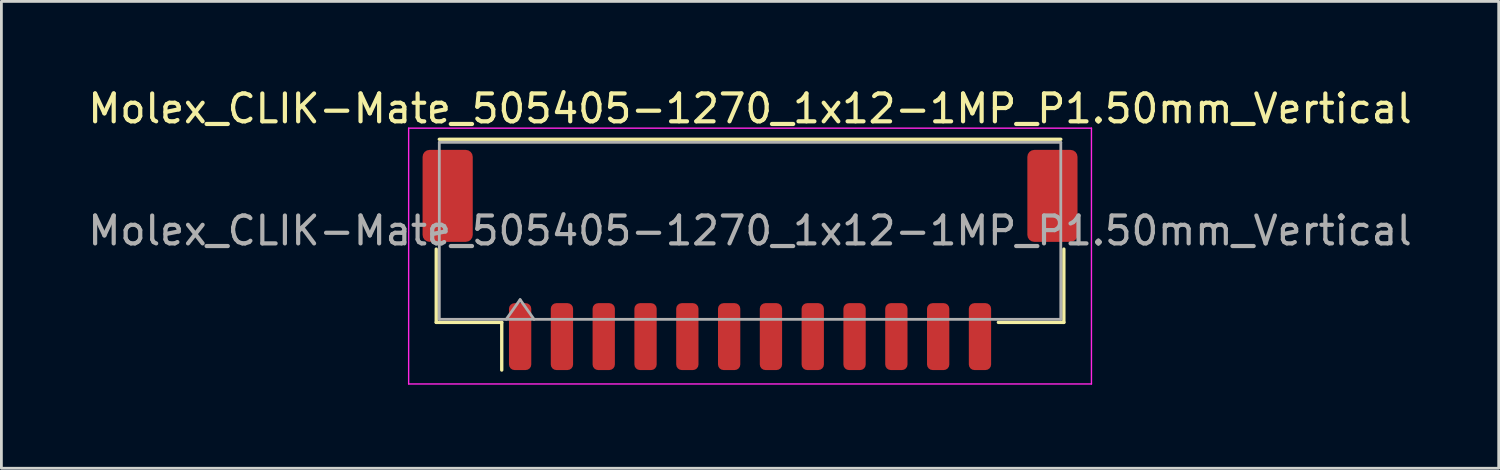
<source format=kicad_pcb>
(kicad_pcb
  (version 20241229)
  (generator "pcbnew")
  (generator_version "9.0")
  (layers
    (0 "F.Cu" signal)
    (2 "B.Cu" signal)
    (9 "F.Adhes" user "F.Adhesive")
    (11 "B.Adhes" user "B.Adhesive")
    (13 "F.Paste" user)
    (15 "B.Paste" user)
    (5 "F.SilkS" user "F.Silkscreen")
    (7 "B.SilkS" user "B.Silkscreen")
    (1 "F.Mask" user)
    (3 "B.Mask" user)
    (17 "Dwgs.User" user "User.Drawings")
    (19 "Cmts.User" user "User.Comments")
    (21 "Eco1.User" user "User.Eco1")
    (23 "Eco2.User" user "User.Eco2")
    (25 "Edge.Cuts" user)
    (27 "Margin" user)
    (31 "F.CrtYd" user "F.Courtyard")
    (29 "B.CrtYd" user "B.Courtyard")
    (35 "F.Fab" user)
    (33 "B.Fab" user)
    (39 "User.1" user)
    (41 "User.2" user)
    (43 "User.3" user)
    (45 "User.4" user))
  (footprint "Molex_CLIK-Mate_505405-1270_1x12-1MP_P1.50mm_Vertical"
    (layer "F.Cu")
    (at 23.863 6.278)
    (property "Reference" "Molex_CLIK-Mate_505405-1270_1x12-1MP_P1.50mm_Vertical" (at 0 -5.43 0) (layer "F.SilkS") (effects (font (size 1 1) (thickness 0.15))))
    (attr smd)
    (fp_line (start -11.26 -0.39) (end -11.26 2.24) (stroke (width 0.12) (type solid)) (layer "F.SilkS"))
    (fp_line (start -11.26 2.24) (end -8.91 2.24) (stroke (width 0.12) (type solid)) (layer "F.SilkS"))
    (fp_line (start -11.15 -4.33) (end 11.15 -4.33) (stroke (width 0.12) (type solid)) (layer "F.SilkS"))
    (fp_line (start -8.91 2.24) (end -8.91 3.95) (stroke (width 0.12) (type solid)) (layer "F.SilkS"))
    (fp_line (start 11.26 -0.39) (end 11.26 2.24) (stroke (width 0.12) (type solid)) (layer "F.SilkS"))
    (fp_line (start 11.26 2.24) (end 8.91 2.24) (stroke (width 0.12) (type solid)) (layer "F.SilkS"))
    (fp_line (start -12.25 -4.73) (end -12.25 4.45) (stroke (width 0.05) (type solid)) (layer "F.CrtYd"))
    (fp_line (start -12.25 4.45) (end 12.25 4.45) (stroke (width 0.05) (type solid)) (layer "F.CrtYd"))
    (fp_line (start 12.25 -4.73) (end -12.25 -4.73) (stroke (width 0.05) (type solid)) (layer "F.CrtYd"))
    (fp_line (start 12.25 4.45) (end 12.25 -4.73) (stroke (width 0.05) (type solid)) (layer "F.CrtYd"))
    (fp_line (start -11.15 -4.22) (end 11.15 -4.22) (stroke (width 0.1) (type solid)) (layer "F.Fab"))
    (fp_line (start -11.15 2.13) (end -11.15 -4.22) (stroke (width 0.1) (type solid)) (layer "F.Fab"))
    (fp_line (start -11.15 2.13) (end 11.15 2.13) (stroke (width 0.1) (type solid)) (layer "F.Fab"))
    (fp_line (start -8.75 2.13) (end -8.25 1.423) (stroke (width 0.1) (type solid)) (layer "F.Fab"))
    (fp_line (start -8.25 1.423) (end -7.75 2.13) (stroke (width 0.1) (type solid)) (layer "F.Fab"))
    (fp_line (start 11.15 2.13) (end 11.15 -4.22) (stroke (width 0.1) (type solid)) (layer "F.Fab"))
    (fp_text user "${REFERENCE}" (at 0 -1.05 0) (layer "F.Fab") (effects (font (size 1 1) (thickness 0.15))))
    (pad "1" smd roundrect (at -8.25 2.75) (size 0.8 2.4) (layers "F.Cu" "F.Mask" "F.Paste") (roundrect_rratio 0.25))
    (pad "2" smd roundrect (at -6.75 2.75) (size 0.8 2.4) (layers "F.Cu" "F.Mask" "F.Paste") (roundrect_rratio 0.25))
    (pad "3" smd roundrect (at -5.25 2.75) (size 0.8 2.4) (layers "F.Cu" "F.Mask" "F.Paste") (roundrect_rratio 0.25))
    (pad "4" smd roundrect (at -3.75 2.75) (size 0.8 2.4) (layers "F.Cu" "F.Mask" "F.Paste") (roundrect_rratio 0.25))
    (pad "5" smd roundrect (at -2.25 2.75) (size 0.8 2.4) (layers "F.Cu" "F.Mask" "F.Paste") (roundrect_rratio 0.25))
    (pad "6" smd roundrect (at -0.75 2.75) (size 0.8 2.4) (layers "F.Cu" "F.Mask" "F.Paste") (roundrect_rratio 0.25))
    (pad "7" smd roundrect (at 0.75 2.75) (size 0.8 2.4) (layers "F.Cu" "F.Mask" "F.Paste") (roundrect_rratio 0.25))
    (pad "8" smd roundrect (at 2.25 2.75) (size 0.8 2.4) (layers "F.Cu" "F.Mask" "F.Paste") (roundrect_rratio 0.25))
    (pad "9" smd roundrect (at 3.75 2.75) (size 0.8 2.4) (layers "F.Cu" "F.Mask" "F.Paste") (roundrect_rratio 0.25))
    (pad "10" smd roundrect (at 5.25 2.75) (size 0.8 2.4) (layers "F.Cu" "F.Mask" "F.Paste") (roundrect_rratio 0.25))
    (pad "11" smd roundrect (at 6.75 2.75) (size 0.8 2.4) (layers "F.Cu" "F.Mask" "F.Paste") (roundrect_rratio 0.25))
    (pad "12" smd roundrect (at 8.25 2.75) (size 0.8 2.4) (layers "F.Cu" "F.Mask" "F.Paste") (roundrect_rratio 0.25))
    (pad "MP" smd roundrect (at -10.85 -2.3) (size 1.8 3.3) (layers "F.Cu" "F.Mask" "F.Paste") (roundrect_rratio 0.139))
    (pad "MP" smd roundrect (at 10.85 -2.3) (size 1.8 3.3) (layers "F.Cu" "F.Mask" "F.Paste") (roundrect_rratio 0.139)))
  (gr_rect
    (start -3 -3)
    (end 50.726 13.753)
    (stroke (width 0.1) (type default))
    (fill no)
    (layer "Edge.Cuts")))
</source>
